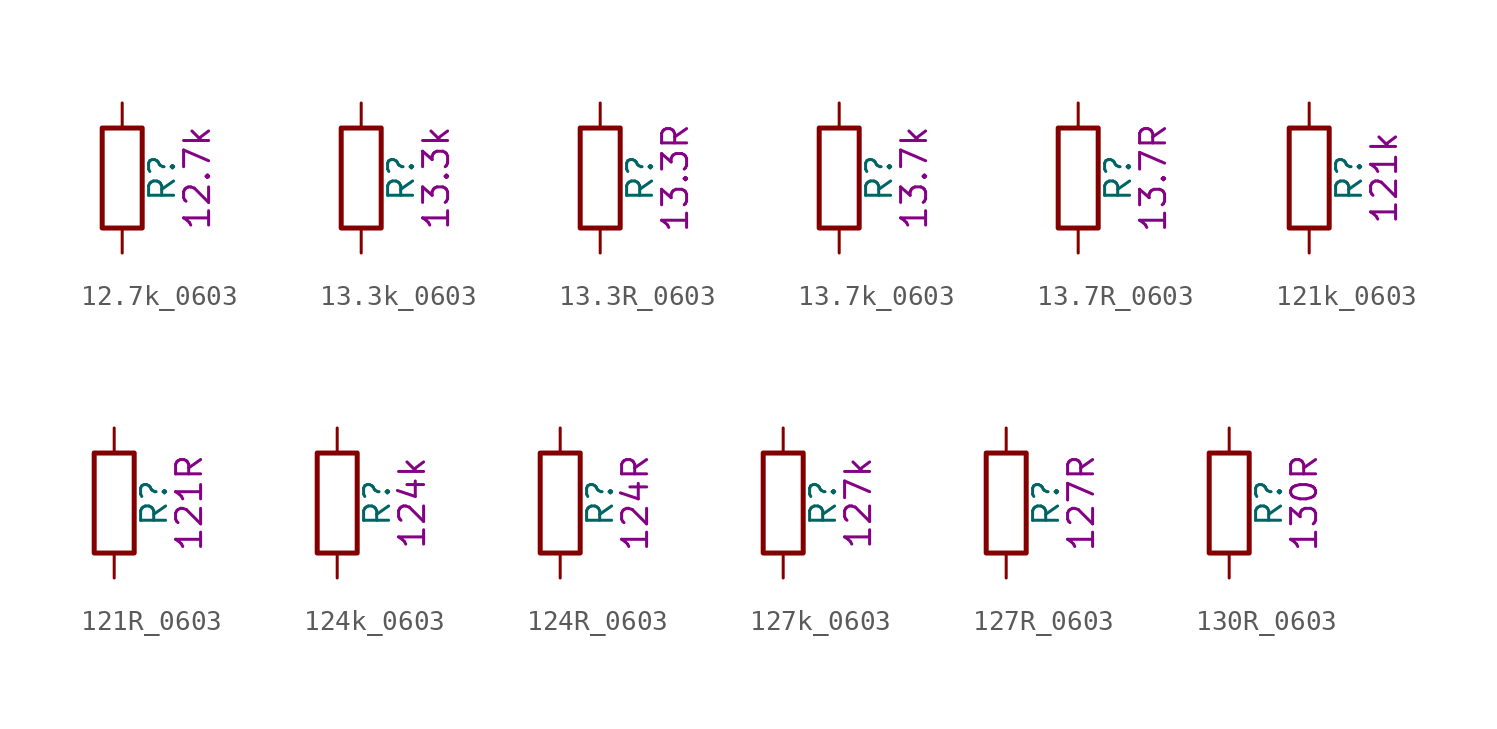
<source format=kicad_sym>
(kicad_symbol_lib
  (version 20211014)
  (generator kicad_symbol_editor)
  (symbol "12.7k_0603"
    (pin_numbers hide)
    (pin_names
      (offset 0))
    (property "Reference" "R"
      (at 2.032 0 90)
      (effects (font (size 1.27 1.27))))
    (property "Display" "12.7k"
      (at 3.81 0 90)
      (effects (font (size 1.27 1.27))))
    (symbol "12.7k_0603_0_1"
      (rectangle (start -1.016 -2.54) (end 1.016 2.54) (stroke (width 0.254) (type default) (color 0 0 0 0)) (fill (type none))))
    (symbol "12.7k_0603_1_1"
      (pin passive line (at 0 3.81 270) (length 1.27) (name "~" (effects (font (size 1.27 1.27)))) (number "1" (effects (font (size 1.27 1.27)))))
      (pin passive line (at 0 -3.81 90) (length 1.27) (name "~" (effects (font (size 1.27 1.27)))) (number "2" (effects (font (size 1.27 1.27)))))))
  (symbol "13.3k_0603"
    (pin_numbers hide)
    (pin_names
      (offset 0))
    (property "Reference" "R"
      (at 2.032 0 90)
      (effects (font (size 1.27 1.27))))
    (property "Display" "13.3k"
      (at 3.81 0 90)
      (effects (font (size 1.27 1.27))))
    (symbol "13.3k_0603_0_1"
      (rectangle (start -1.016 -2.54) (end 1.016 2.54) (stroke (width 0.254) (type default) (color 0 0 0 0)) (fill (type none))))
    (symbol "13.3k_0603_1_1"
      (pin passive line (at 0 3.81 270) (length 1.27) (name "~" (effects (font (size 1.27 1.27)))) (number "1" (effects (font (size 1.27 1.27)))))
      (pin passive line (at 0 -3.81 90) (length 1.27) (name "~" (effects (font (size 1.27 1.27)))) (number "2" (effects (font (size 1.27 1.27)))))))
  (symbol "13.3R_0603"
    (pin_numbers hide)
    (pin_names
      (offset 0))
    (property "Reference" "R"
      (at 2.032 0 90)
      (effects (font (size 1.27 1.27))))
    (property "Display" "13.3R"
      (at 3.81 0 90)
      (effects (font (size 1.27 1.27))))
    (symbol "13.3R_0603_0_1"
      (rectangle (start -1.016 -2.54) (end 1.016 2.54) (stroke (width 0.254) (type default) (color 0 0 0 0)) (fill (type none))))
    (symbol "13.3R_0603_1_1"
      (pin passive line (at 0 3.81 270) (length 1.27) (name "~" (effects (font (size 1.27 1.27)))) (number "1" (effects (font (size 1.27 1.27)))))
      (pin passive line (at 0 -3.81 90) (length 1.27) (name "~" (effects (font (size 1.27 1.27)))) (number "2" (effects (font (size 1.27 1.27)))))))
  (symbol "13.7k_0603"
    (pin_numbers hide)
    (pin_names
      (offset 0))
    (property "Reference" "R"
      (at 2.032 0 90)
      (effects (font (size 1.27 1.27))))
    (property "Display" "13.7k"
      (at 3.81 0 90)
      (effects (font (size 1.27 1.27))))
    (symbol "13.7k_0603_0_1"
      (rectangle (start -1.016 -2.54) (end 1.016 2.54) (stroke (width 0.254) (type default) (color 0 0 0 0)) (fill (type none))))
    (symbol "13.7k_0603_1_1"
      (pin passive line (at 0 3.81 270) (length 1.27) (name "~" (effects (font (size 1.27 1.27)))) (number "1" (effects (font (size 1.27 1.27)))))
      (pin passive line (at 0 -3.81 90) (length 1.27) (name "~" (effects (font (size 1.27 1.27)))) (number "2" (effects (font (size 1.27 1.27)))))))
  (symbol "13.7R_0603"
    (pin_numbers hide)
    (pin_names
      (offset 0))
    (property "Reference" "R"
      (at 2.032 0 90)
      (effects (font (size 1.27 1.27))))
    (property "Display" "13.7R"
      (at 3.81 0 90)
      (effects (font (size 1.27 1.27))))
    (symbol "13.7R_0603_0_1"
      (rectangle (start -1.016 -2.54) (end 1.016 2.54) (stroke (width 0.254) (type default) (color 0 0 0 0)) (fill (type none))))
    (symbol "13.7R_0603_1_1"
      (pin passive line (at 0 3.81 270) (length 1.27) (name "~" (effects (font (size 1.27 1.27)))) (number "1" (effects (font (size 1.27 1.27)))))
      (pin passive line (at 0 -3.81 90) (length 1.27) (name "~" (effects (font (size 1.27 1.27)))) (number "2" (effects (font (size 1.27 1.27)))))))
  (symbol "121k_0603"
    (pin_numbers hide)
    (pin_names
      (offset 0))
    (property "Reference" "R"
      (at 2.032 0 90)
      (effects (font (size 1.27 1.27))))
    (property "Display" "121k"
      (at 3.81 0 90)
      (effects (font (size 1.27 1.27))))
    (symbol "121k_0603_0_1"
      (rectangle (start -1.016 -2.54) (end 1.016 2.54) (stroke (width 0.254) (type default) (color 0 0 0 0)) (fill (type none))))
    (symbol "121k_0603_1_1"
      (pin passive line (at 0 3.81 270) (length 1.27) (name "~" (effects (font (size 1.27 1.27)))) (number "1" (effects (font (size 1.27 1.27)))))
      (pin passive line (at 0 -3.81 90) (length 1.27) (name "~" (effects (font (size 1.27 1.27)))) (number "2" (effects (font (size 1.27 1.27)))))))
  (symbol "121R_0603"
    (pin_numbers hide)
    (pin_names
      (offset 0))
    (property "Reference" "R"
      (at 2.032 0 90)
      (effects (font (size 1.27 1.27))))
    (property "Display" "121R"
      (at 3.81 0 90)
      (effects (font (size 1.27 1.27))))
    (symbol "121R_0603_0_1"
      (rectangle (start -1.016 -2.54) (end 1.016 2.54) (stroke (width 0.254) (type default) (color 0 0 0 0)) (fill (type none))))
    (symbol "121R_0603_1_1"
      (pin passive line (at 0 3.81 270) (length 1.27) (name "~" (effects (font (size 1.27 1.27)))) (number "1" (effects (font (size 1.27 1.27)))))
      (pin passive line (at 0 -3.81 90) (length 1.27) (name "~" (effects (font (size 1.27 1.27)))) (number "2" (effects (font (size 1.27 1.27)))))))
  (symbol "124k_0603"
    (pin_numbers hide)
    (pin_names
      (offset 0))
    (property "Reference" "R"
      (at 2.032 0 90)
      (effects (font (size 1.27 1.27))))
    (property "Display" "124k"
      (at 3.81 0 90)
      (effects (font (size 1.27 1.27))))
    (symbol "124k_0603_0_1"
      (rectangle (start -1.016 -2.54) (end 1.016 2.54) (stroke (width 0.254) (type default) (color 0 0 0 0)) (fill (type none))))
    (symbol "124k_0603_1_1"
      (pin passive line (at 0 3.81 270) (length 1.27) (name "~" (effects (font (size 1.27 1.27)))) (number "1" (effects (font (size 1.27 1.27)))))
      (pin passive line (at 0 -3.81 90) (length 1.27) (name "~" (effects (font (size 1.27 1.27)))) (number "2" (effects (font (size 1.27 1.27)))))))
  (symbol "124R_0603"
    (pin_numbers hide)
    (pin_names
      (offset 0))
    (property "Reference" "R"
      (at 2.032 0 90)
      (effects (font (size 1.27 1.27))))
    (property "Display" "124R"
      (at 3.81 0 90)
      (effects (font (size 1.27 1.27))))
    (symbol "124R_0603_0_1"
      (rectangle (start -1.016 -2.54) (end 1.016 2.54) (stroke (width 0.254) (type default) (color 0 0 0 0)) (fill (type none))))
    (symbol "124R_0603_1_1"
      (pin passive line (at 0 3.81 270) (length 1.27) (name "~" (effects (font (size 1.27 1.27)))) (number "1" (effects (font (size 1.27 1.27)))))
      (pin passive line (at 0 -3.81 90) (length 1.27) (name "~" (effects (font (size 1.27 1.27)))) (number "2" (effects (font (size 1.27 1.27)))))))
  (symbol "127k_0603"
    (pin_numbers hide)
    (pin_names
      (offset 0))
    (property "Reference" "R"
      (at 2.032 0 90)
      (effects (font (size 1.27 1.27))))
    (property "Display" "127k"
      (at 3.81 0 90)
      (effects (font (size 1.27 1.27))))
    (symbol "127k_0603_0_1"
      (rectangle (start -1.016 -2.54) (end 1.016 2.54) (stroke (width 0.254) (type default) (color 0 0 0 0)) (fill (type none))))
    (symbol "127k_0603_1_1"
      (pin passive line (at 0 3.81 270) (length 1.27) (name "~" (effects (font (size 1.27 1.27)))) (number "1" (effects (font (size 1.27 1.27)))))
      (pin passive line (at 0 -3.81 90) (length 1.27) (name "~" (effects (font (size 1.27 1.27)))) (number "2" (effects (font (size 1.27 1.27)))))))
  (symbol "127R_0603"
    (pin_numbers hide)
    (pin_names
      (offset 0))
    (property "Reference" "R"
      (at 2.032 0 90)
      (effects (font (size 1.27 1.27))))
    (property "Display" "127R"
      (at 3.81 0 90)
      (effects (font (size 1.27 1.27))))
    (symbol "127R_0603_0_1"
      (rectangle (start -1.016 -2.54) (end 1.016 2.54) (stroke (width 0.254) (type default) (color 0 0 0 0)) (fill (type none))))
    (symbol "127R_0603_1_1"
      (pin passive line (at 0 3.81 270) (length 1.27) (name "~" (effects (font (size 1.27 1.27)))) (number "1" (effects (font (size 1.27 1.27)))))
      (pin passive line (at 0 -3.81 90) (length 1.27) (name "~" (effects (font (size 1.27 1.27)))) (number "2" (effects (font (size 1.27 1.27)))))))
  (symbol "130R_0603"
    (pin_numbers hide)
    (pin_names
      (offset 0))
    (property "Reference" "R"
      (at 2.032 0 90)
      (effects (font (size 1.27 1.27))))
    (property "Display" "130R"
      (at 3.81 0 90)
      (effects (font (size 1.27 1.27))))
    (symbol "130R_0603_0_1"
      (rectangle (start -1.016 -2.54) (end 1.016 2.54) (stroke (width 0.254) (type default) (color 0 0 0 0)) (fill (type none))))
    (symbol "130R_0603_1_1"
      (pin passive line (at 0 3.81 270) (length 1.27) (name "~" (effects (font (size 1.27 1.27)))) (number "1" (effects (font (size 1.27 1.27)))))
      (pin passive line (at 0 -3.81 90) (length 1.27) (name "~" (effects (font (size 1.27 1.27)))) (number "2" (effects (font (size 1.27 1.27))))))))
</source>
